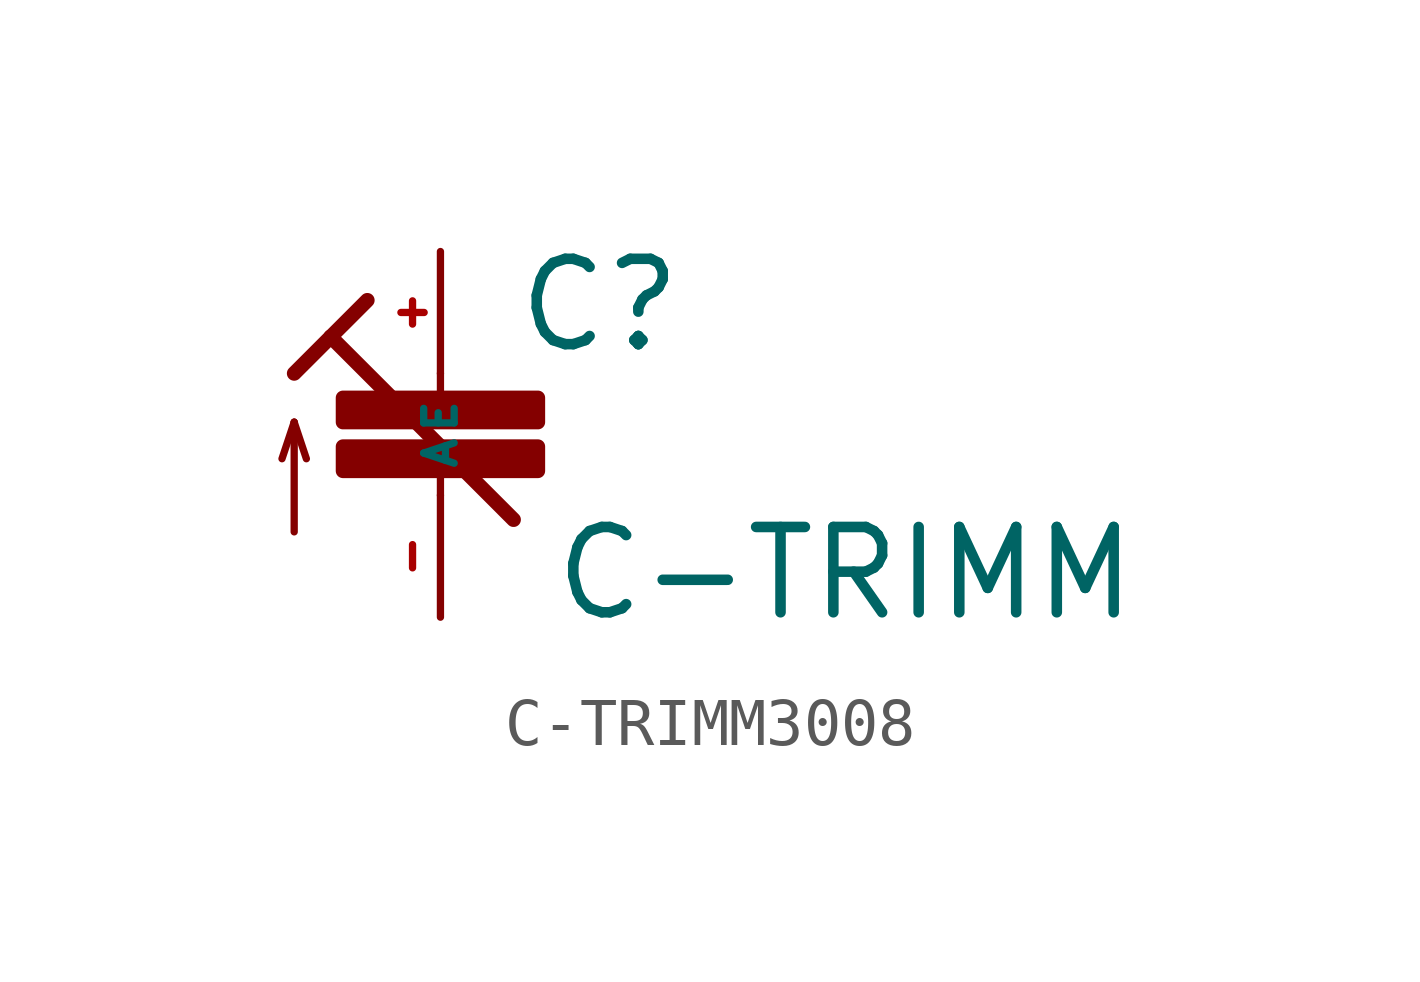
<source format=kicad_sym>
(kicad_symbol_lib
  (version 20220914)
  (generator Eagle2Kicad)
  (symbol "C-TRIMM3008"
    (property "Reference" "C"
      (at 1.524 0.381 0)
      (effects (font (size 1.778 1.778) (thickness 0.22)) (justify left bottom)))
    (property "Value" "C-TRIMM"
      (at 2.286 -5.207 0)
      (effects (font (size 1.778 1.778) (thickness 0.22)) (justify left bottom)))
    (polyline
      (pts (xy 0 0) (xy 0 -0.508))
      (stroke (width 0.152) (type default))
      (fill (type none)))
    (polyline
      (pts (xy 0 -2.54) (xy 0 -2.032))
      (stroke (width 0.152) (type default))
      (fill (type none)))
    (polyline
      (pts (xy 1.524 -3.048) (xy -2.286 0.762))
      (stroke (width 0.305) (type default))
      (fill (type none)))
    (polyline
      (pts (xy -3.048 0) (xy -2.286 0.762))
      (stroke (width 0.305) (type default))
      (fill (type none)))
    (polyline
      (pts (xy -2.286 0.762) (xy -1.524 1.524))
      (stroke (width 0.305) (type default))
      (fill (type none)))
    (polyline
      (pts (xy -3.048 -3.302) (xy -3.048 -1.016))
      (stroke (width 0.152) (type default))
      (fill (type none)))
    (polyline
      (pts (xy -3.048 -1.016) (xy -3.302 -1.778))
      (stroke (width 0.152) (type default))
      (fill (type none)))
    (polyline
      (pts (xy -3.048 -1.016) (xy -2.794 -1.778))
      (stroke (width 0.152) (type default))
      (fill (type none)))
    (rectangle
      (start -2.032 -2.032)
      (end 2.032 -1.524)
      (stroke (width 0.3) (type default))
      (fill (type outline)))
    (rectangle
      (start -2.032 -1.016)
      (end 2.032 -0.508)
      (stroke (width 0.3) (type default))
      (fill (type outline)))
    (pin passive line
      (at 0 2.54 270)
      (length 2.54)
      (name "E" (effects (font (size 0.635 0.635) (thickness 0.08)) (justify left bottom)))
      (number "+" (effects (font (size 0.635 0.635) (thickness 0.08)) (justify left bottom))))
    (pin passive line
      (at 0 -5.08 90)
      (length 2.54)
      (name "A" (effects (font (size 0.635 0.635) (thickness 0.08)) (justify left bottom)))
      (number "-" (effects (font (size 0.635 0.635) (thickness 0.08)) (justify left bottom))))))
</source>
